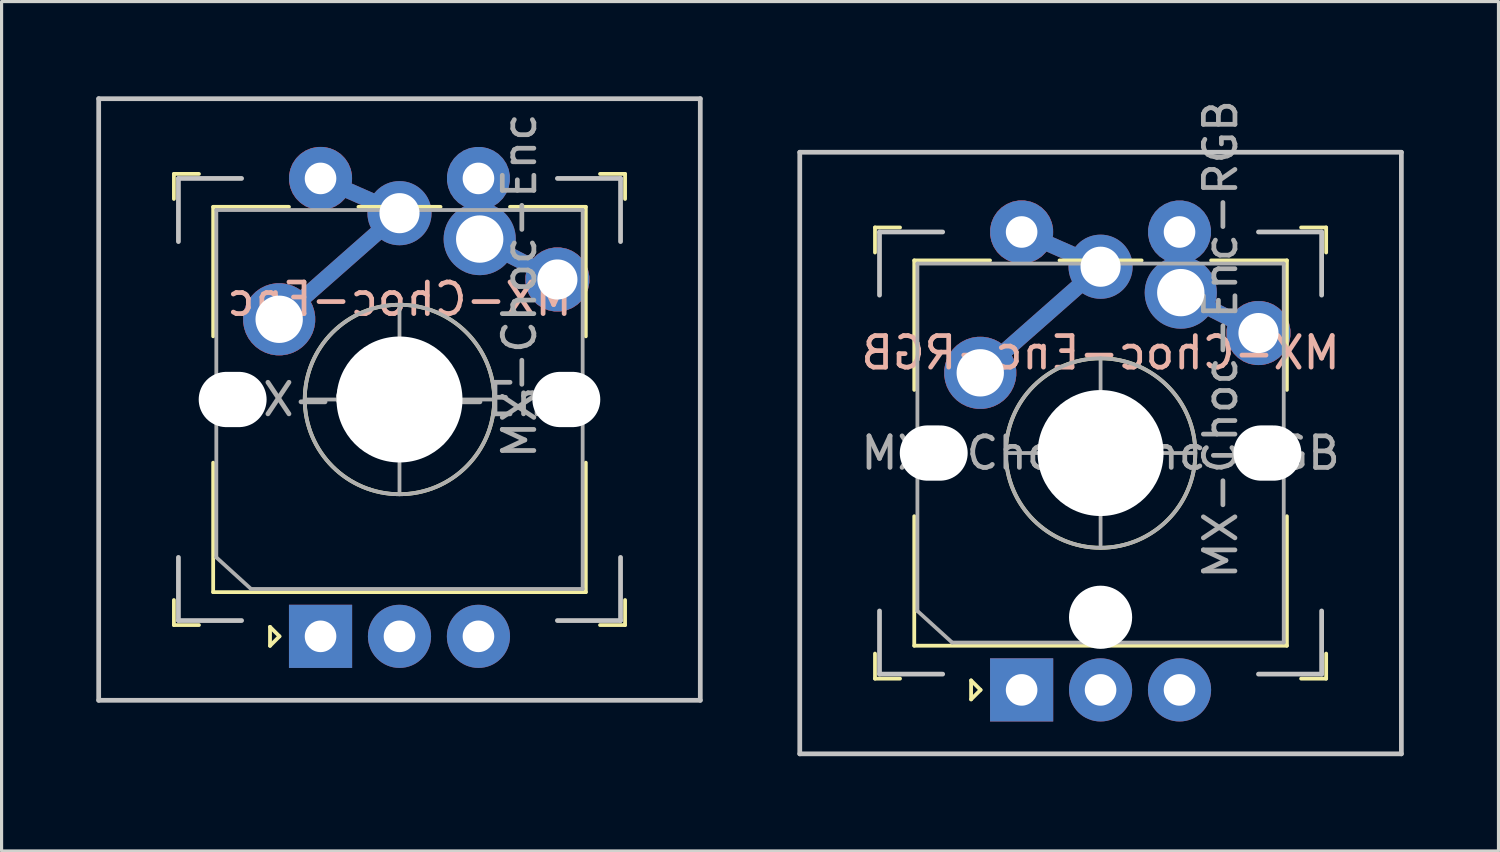
<source format=kicad_pcb>
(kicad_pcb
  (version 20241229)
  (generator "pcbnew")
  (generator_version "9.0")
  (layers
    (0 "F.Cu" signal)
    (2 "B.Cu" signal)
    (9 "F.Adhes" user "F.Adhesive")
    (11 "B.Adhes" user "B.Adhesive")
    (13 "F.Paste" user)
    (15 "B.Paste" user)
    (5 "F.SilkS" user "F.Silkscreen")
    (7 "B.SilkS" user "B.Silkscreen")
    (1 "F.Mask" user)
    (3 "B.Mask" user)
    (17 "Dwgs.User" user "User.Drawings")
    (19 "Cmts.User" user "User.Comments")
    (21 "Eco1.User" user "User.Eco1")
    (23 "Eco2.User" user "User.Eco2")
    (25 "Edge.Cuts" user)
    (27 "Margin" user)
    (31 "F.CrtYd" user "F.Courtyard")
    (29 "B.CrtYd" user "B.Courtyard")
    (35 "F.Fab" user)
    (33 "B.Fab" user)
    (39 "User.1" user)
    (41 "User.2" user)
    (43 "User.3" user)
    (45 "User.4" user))
  (footprint "MX-Choc-Enc"
    (layer "F.Cu")
    (at 9.6 9.6)
    (property "Reference" "MX-Choc-Enc" (at 0 -3.175 0) (layer "B.SilkS") (effects (font (size 1 1) (thickness 0.15)) (justify mirror)))
    (attr through_hole)
    (fp_line (start -7.143 -7.143) (end -6.35 -7.143) (stroke (width 0.12) (type solid)) (layer "F.SilkS"))
    (fp_line (start -7.143 -6.35) (end -7.143 -7.143) (stroke (width 0.12) (type solid)) (layer "F.SilkS"))
    (fp_line (start -7.143 6.35) (end -7.143 7.143) (stroke (width 0.12) (type solid)) (layer "F.SilkS"))
    (fp_line (start -7.143 7.143) (end -6.35 7.143) (stroke (width 0.12) (type solid)) (layer "F.SilkS"))
    (fp_line (start -5.9 -6.1) (end -3.5 -6.1) (stroke (width 0.12) (type solid)) (layer "F.SilkS"))
    (fp_line (start -5.9 -2) (end -5.9 -6.1) (stroke (width 0.12) (type solid)) (layer "F.SilkS"))
    (fp_line (start -5.9 2) (end -5.9 6.1) (stroke (width 0.12) (type solid)) (layer "F.SilkS"))
    (fp_line (start -5.9 6.1) (end 5.9 6.1) (stroke (width 0.12) (type solid)) (layer "F.SilkS"))
    (fp_line (start -4.1 7.2) (end -3.8 7.5) (stroke (width 0.12) (type solid)) (layer "F.SilkS"))
    (fp_line (start -4.1 7.8) (end -4.1 7.2) (stroke (width 0.12) (type solid)) (layer "F.SilkS"))
    (fp_line (start -3.8 7.5) (end -4.1 7.8) (stroke (width 0.12) (type solid)) (layer "F.SilkS"))
    (fp_line (start -1.3 -6.1) (end 1.3 -6.1) (stroke (width 0.12) (type solid)) (layer "F.SilkS"))
    (fp_line (start -0.5 0) (end 0.5 0) (stroke (width 0.12) (type solid)) (layer "F.SilkS"))
    (fp_line (start 0 0.5) (end 0 -0.5) (stroke (width 0.12) (type solid)) (layer "F.SilkS"))
    (fp_line (start 3.5 -6.1) (end 5.9 -6.1) (stroke (width 0.12) (type solid)) (layer "F.SilkS"))
    (fp_line (start 5.9 -6.1) (end 5.9 -2) (stroke (width 0.12) (type solid)) (layer "F.SilkS"))
    (fp_line (start 5.9 2) (end 5.9 6.1) (stroke (width 0.12) (type solid)) (layer "F.SilkS"))
    (fp_line (start 6.35 -7.143) (end 7.143 -7.143) (stroke (width 0.12) (type solid)) (layer "F.SilkS"))
    (fp_line (start 7.143 -7.143) (end 7.143 -6.35) (stroke (width 0.12) (type solid)) (layer "F.SilkS"))
    (fp_line (start 7.143 6.35) (end 7.143 7.143) (stroke (width 0.12) (type solid)) (layer "F.SilkS"))
    (fp_line (start 7.143 7.143) (end 6.35 7.143) (stroke (width 0.12) (type solid)) (layer "F.SilkS"))
    (fp_circle (center 0 0) (end 0 -3) (stroke (width 0.12) (type solid)) (fill no) (layer "F.SilkS"))
    (fp_line (start -9.525 -9.525) (end 9.525 -9.525) (stroke (width 0.15) (type solid)) (layer "Dwgs.User"))
    (fp_line (start -9.525 9.525) (end -9.525 -9.525) (stroke (width 0.15) (type solid)) (layer "Dwgs.User"))
    (fp_line (start -7 -7) (end -7 -5) (stroke (width 0.15) (type solid)) (layer "Dwgs.User"))
    (fp_line (start -7 5) (end -7 7) (stroke (width 0.15) (type solid)) (layer "Dwgs.User"))
    (fp_line (start -7 7) (end -5 7) (stroke (width 0.15) (type solid)) (layer "Dwgs.User"))
    (fp_line (start -5 -7) (end -7 -7) (stroke (width 0.15) (type solid)) (layer "Dwgs.User"))
    (fp_line (start 5 -7) (end 7 -7) (stroke (width 0.15) (type solid)) (layer "Dwgs.User"))
    (fp_line (start 5 7) (end 7 7) (stroke (width 0.15) (type solid)) (layer "Dwgs.User"))
    (fp_line (start 7 -7) (end 7 -5) (stroke (width 0.15) (type solid)) (layer "Dwgs.User"))
    (fp_line (start 7 7) (end 7 5) (stroke (width 0.15) (type solid)) (layer "Dwgs.User"))
    (fp_line (start 9.525 -9.525) (end 9.525 9.525) (stroke (width 0.15) (type solid)) (layer "Dwgs.User"))
    (fp_line (start 9.525 9.525) (end -9.525 9.525) (stroke (width 0.15) (type solid)) (layer "Dwgs.User"))
    (fp_line (start -5.8 -6) (end 5.8 -6) (stroke (width 0.12) (type solid)) (layer "F.Fab"))
    (fp_line (start -5.8 5) (end -5.8 -6) (stroke (width 0.12) (type solid)) (layer "F.Fab"))
    (fp_line (start -4.7 6) (end -5.8 5) (stroke (width 0.12) (type solid)) (layer "F.Fab"))
    (fp_line (start -3 0) (end 3 0) (stroke (width 0.12) (type solid)) (layer "F.Fab"))
    (fp_line (start 0 3) (end 0 -3) (stroke (width 0.12) (type solid)) (layer "F.Fab"))
    (fp_line (start 5.8 -6) (end 5.8 6) (stroke (width 0.12) (type solid)) (layer "F.Fab"))
    (fp_line (start 5.8 6) (end -4.7 6) (stroke (width 0.12) (type solid)) (layer "F.Fab"))
    (fp_circle (center 0 0) (end 0 -3) (stroke (width 0.12) (type solid)) (fill no) (layer "F.Fab"))
    (fp_text user "${REFERENCE}" (at 3.8 -3.6 90) (layer "F.Fab") (effects (font (size 1 1) (thickness 0.15))))
    (fp_text user "${REFERENCE}" (at 0 0 0) (layer "F.Fab") (effects (font (size 1 1) (thickness 0.15))))
    (pad "" np_thru_hole oval (at -5.283 0) (size 2.15 1.75) (drill oval 2.15 1.75) (layers "*.Cu" "*.Mask"))
    (pad "" np_thru_hole circle (at 0 0) (size 3.988 3.988) (drill 3.988) (layers "*.Cu" "*.Mask"))
    (pad "" np_thru_hole oval (at 5.283 0) (size 2.15 1.75) (drill oval 2.15 1.75) (layers "*.Cu" "*.Mask"))
    (pad "1" thru_hole custom (at 2.5 -7 90) (size 2 2) (drill 1) (layers "*.Cu" "*.Mask") (options (anchor circle)) (primitives (gr_line (start 0 0) (end -1.92 0.04) (width 0.12)) (gr_line (start -1.92 0.04) (end -1.92 0.04) (width 0.5))))
    (pad "1" thru_hole circle (at 2.54 -5.08) (size 2.286 2.286) (drill 1.499) (layers "*.Cu" "*.Mask"))
    (pad "1" smd circle (at 5 -3.8 90) (size 2.032 2.032) (layers "*.Mask" "F.Cu"))
    (pad "1" thru_hole custom (at 5 -3.8 180) (size 2.032 2.032) (drill 1.27) (layers "*.Cu") (options (anchor circle)) (primitives (gr_line (start 0 0) (end 2.52 1.279) (width 0.5))))
    (pad "2" smd circle (at -3.81 -2.54 90) (size 2.286 2.286) (layers "*.Mask" "F.Cu"))
    (pad "2" thru_hole custom (at -3.81 -2.54) (size 2.286 2.286) (drill 1.499) (layers "*.Cu") (options (anchor circle)) (primitives (gr_line (start 0 0) (end 3.81 -3.36) (width 0.5))))
    (pad "2" smd circle (at -2.5 -7 90) (size 2 2) (layers "*.Mask" "F.Cu"))
    (pad "2" thru_hole custom (at -2.5 -7 90) (size 2 2) (drill 1) (layers "*.Cu") (options (anchor circle)) (primitives (gr_line (start -1.1 2.5) (end 0 0) (width 0.5))))
    (pad "2" thru_hole circle (at 0 -5.9 180) (size 2.032 2.032) (drill 1.27) (layers "*.Cu" "*.Mask"))
    (pad "A" thru_hole rect (at -2.5 7.5 90) (size 2 2) (drill 1) (layers "*.Cu" "*.Mask"))
    (pad "B" thru_hole circle (at 2.5 7.5 90) (size 2 2) (drill 1) (layers "*.Cu" "*.Mask"))
    (pad "C" thru_hole circle (at 0 7.5 90) (size 2 2) (drill 1) (layers "*.Cu" "*.Mask")))
  (footprint "MX-Choc-Enc-RGB"
    (layer "F.Cu")
    (at 31.8 11.296)
    (property "Reference" "MX-Choc-Enc-RGB" (at 0 -3.175 0) (layer "B.SilkS") (effects (font (size 1 1) (thickness 0.15)) (justify mirror)))
    (attr through_hole)
    (fp_line (start -7.143 -7.143) (end -6.35 -7.143) (stroke (width 0.12) (type solid)) (layer "F.SilkS"))
    (fp_line (start -7.143 -6.35) (end -7.143 -7.143) (stroke (width 0.12) (type solid)) (layer "F.SilkS"))
    (fp_line (start -7.143 6.35) (end -7.143 7.143) (stroke (width 0.12) (type solid)) (layer "F.SilkS"))
    (fp_line (start -7.143 7.143) (end -6.35 7.143) (stroke (width 0.12) (type solid)) (layer "F.SilkS"))
    (fp_line (start -5.9 -6.1) (end -3.5 -6.1) (stroke (width 0.12) (type solid)) (layer "F.SilkS"))
    (fp_line (start -5.9 -2) (end -5.9 -6.1) (stroke (width 0.12) (type solid)) (layer "F.SilkS"))
    (fp_line (start -5.9 2) (end -5.9 6.1) (stroke (width 0.12) (type solid)) (layer "F.SilkS"))
    (fp_line (start -5.9 6.1) (end 5.9 6.1) (stroke (width 0.12) (type solid)) (layer "F.SilkS"))
    (fp_line (start -4.1 7.2) (end -3.8 7.5) (stroke (width 0.12) (type solid)) (layer "F.SilkS"))
    (fp_line (start -4.1 7.8) (end -4.1 7.2) (stroke (width 0.12) (type solid)) (layer "F.SilkS"))
    (fp_line (start -3.8 7.5) (end -4.1 7.8) (stroke (width 0.12) (type solid)) (layer "F.SilkS"))
    (fp_line (start -1.3 -6.1) (end 1.3 -6.1) (stroke (width 0.12) (type solid)) (layer "F.SilkS"))
    (fp_line (start -0.5 0) (end 0.5 0) (stroke (width 0.12) (type solid)) (layer "F.SilkS"))
    (fp_line (start 0 0.5) (end 0 -0.5) (stroke (width 0.12) (type solid)) (layer "F.SilkS"))
    (fp_line (start 3.5 -6.1) (end 5.9 -6.1) (stroke (width 0.12) (type solid)) (layer "F.SilkS"))
    (fp_line (start 5.9 -6.1) (end 5.9 -2) (stroke (width 0.12) (type solid)) (layer "F.SilkS"))
    (fp_line (start 5.9 2) (end 5.9 6.1) (stroke (width 0.12) (type solid)) (layer "F.SilkS"))
    (fp_line (start 6.35 -7.143) (end 7.143 -7.143) (stroke (width 0.12) (type solid)) (layer "F.SilkS"))
    (fp_line (start 7.143 -7.143) (end 7.143 -6.35) (stroke (width 0.12) (type solid)) (layer "F.SilkS"))
    (fp_line (start 7.143 6.35) (end 7.143 7.143) (stroke (width 0.12) (type solid)) (layer "F.SilkS"))
    (fp_line (start 7.143 7.143) (end 6.35 7.143) (stroke (width 0.12) (type solid)) (layer "F.SilkS"))
    (fp_circle (center 0 0) (end 0 -3) (stroke (width 0.12) (type solid)) (fill no) (layer "F.SilkS"))
    (fp_line (start -9.525 -9.525) (end 9.525 -9.525) (stroke (width 0.15) (type solid)) (layer "Dwgs.User"))
    (fp_line (start -9.525 9.525) (end -9.525 -9.525) (stroke (width 0.15) (type solid)) (layer "Dwgs.User"))
    (fp_line (start -7 -7) (end -7 -5) (stroke (width 0.15) (type solid)) (layer "Dwgs.User"))
    (fp_line (start -7 5) (end -7 7) (stroke (width 0.15) (type solid)) (layer "Dwgs.User"))
    (fp_line (start -7 7) (end -5 7) (stroke (width 0.15) (type solid)) (layer "Dwgs.User"))
    (fp_line (start -5 -7) (end -7 -7) (stroke (width 0.15) (type solid)) (layer "Dwgs.User"))
    (fp_line (start 5 -7) (end 7 -7) (stroke (width 0.15) (type solid)) (layer "Dwgs.User"))
    (fp_line (start 5 7) (end 7 7) (stroke (width 0.15) (type solid)) (layer "Dwgs.User"))
    (fp_line (start 7 -7) (end 7 -5) (stroke (width 0.15) (type solid)) (layer "Dwgs.User"))
    (fp_line (start 7 7) (end 7 5) (stroke (width 0.15) (type solid)) (layer "Dwgs.User"))
    (fp_line (start 9.525 -9.525) (end 9.525 9.525) (stroke (width 0.15) (type solid)) (layer "Dwgs.User"))
    (fp_line (start 9.525 9.525) (end -9.525 9.525) (stroke (width 0.15) (type solid)) (layer "Dwgs.User"))
    (fp_line (start -5.8 -6) (end 5.8 -6) (stroke (width 0.12) (type solid)) (layer "F.Fab"))
    (fp_line (start -5.8 5) (end -5.8 -6) (stroke (width 0.12) (type solid)) (layer "F.Fab"))
    (fp_line (start -4.7 6) (end -5.8 5) (stroke (width 0.12) (type solid)) (layer "F.Fab"))
    (fp_line (start -3 0) (end 3 0) (stroke (width 0.12) (type solid)) (layer "F.Fab"))
    (fp_line (start 0 3) (end 0 -3) (stroke (width 0.12) (type solid)) (layer "F.Fab"))
    (fp_line (start 5.8 -6) (end 5.8 6) (stroke (width 0.12) (type solid)) (layer "F.Fab"))
    (fp_line (start 5.8 6) (end -4.7 6) (stroke (width 0.12) (type solid)) (layer "F.Fab"))
    (fp_circle (center 0 0) (end 0 -3) (stroke (width 0.12) (type solid)) (fill no) (layer "F.Fab"))
    (fp_text user "${REFERENCE}" (at 0 0 0) (layer "F.Fab") (effects (font (size 1 1) (thickness 0.15))))
    (fp_text user "${REFERENCE}" (at 3.8 -3.6 90) (layer "F.Fab") (effects (font (size 1 1) (thickness 0.15))))
    (pad "" np_thru_hole oval (at -5.283 0) (size 2.15 1.75) (drill oval 2.15 1.75) (layers "*.Cu" "*.Mask"))
    (pad "" np_thru_hole circle (at 0 0) (size 3.988 3.988) (drill 3.988) (layers "*.Cu" "*.Mask"))
    (pad "" np_thru_hole circle (at 0 5.2) (size 2 2) (drill 2) (layers "*.Cu" "*.Mask"))
    (pad "" np_thru_hole oval (at 5.283 0) (size 2.15 1.75) (drill oval 2.15 1.75) (layers "*.Cu" "*.Mask"))
    (pad "1" thru_hole custom (at 2.5 -7 90) (size 2 2) (drill 1) (layers "*.Cu" "*.Mask") (options (anchor circle)) (primitives (gr_line (start 0 0) (end -1.92 0.04) (width 0.12)) (gr_line (start -1.92 0.04) (end -1.92 0.04) (width 0.5))))
    (pad "1" thru_hole circle (at 2.54 -5.08) (size 2.286 2.286) (drill 1.499) (layers "*.Cu" "*.Mask"))
    (pad "1" smd circle (at 5 -3.8 90) (size 2.032 2.032) (layers "*.Mask" "F.Cu"))
    (pad "1" thru_hole custom (at 5 -3.8 180) (size 2.032 2.032) (drill 1.27) (layers "*.Cu") (options (anchor circle)) (primitives (gr_line (start 0 0) (end 2.52 1.279) (width 0.5))))
    (pad "2" smd circle (at -3.81 -2.54 90) (size 2.286 2.286) (layers "*.Mask" "F.Cu"))
    (pad "2" thru_hole custom (at -3.81 -2.54) (size 2.286 2.286) (drill 1.499) (layers "*.Cu") (options (anchor circle)) (primitives (gr_line (start 0 0) (end 3.81 -3.36) (width 0.5))))
    (pad "2" smd circle (at -2.5 -7 90) (size 2 2) (layers "*.Mask" "F.Cu"))
    (pad "2" thru_hole custom (at -2.5 -7 90) (size 2 2) (drill 1) (layers "*.Cu") (options (anchor circle)) (primitives (gr_line (start -1.1 2.5) (end 0 0) (width 0.5))))
    (pad "2" thru_hole circle (at 0 -5.9 180) (size 2.032 2.032) (drill 1.27) (layers "*.Cu" "*.Mask"))
    (pad "A" thru_hole rect (at -2.5 7.5 90) (size 2 2) (drill 1) (layers "*.Cu" "*.Mask"))
    (pad "B" thru_hole circle (at 2.5 7.5 90) (size 2 2) (drill 1) (layers "*.Cu" "*.Mask"))
    (pad "C" thru_hole circle (at 0 7.5 90) (size 2 2) (drill 1) (layers "*.Cu" "*.Mask")))
  (gr_rect
    (start -3 -3)
    (end 44.4 23.896)
    (stroke (width 0.1) (type default))
    (fill no)
    (layer "Edge.Cuts")))
</source>
